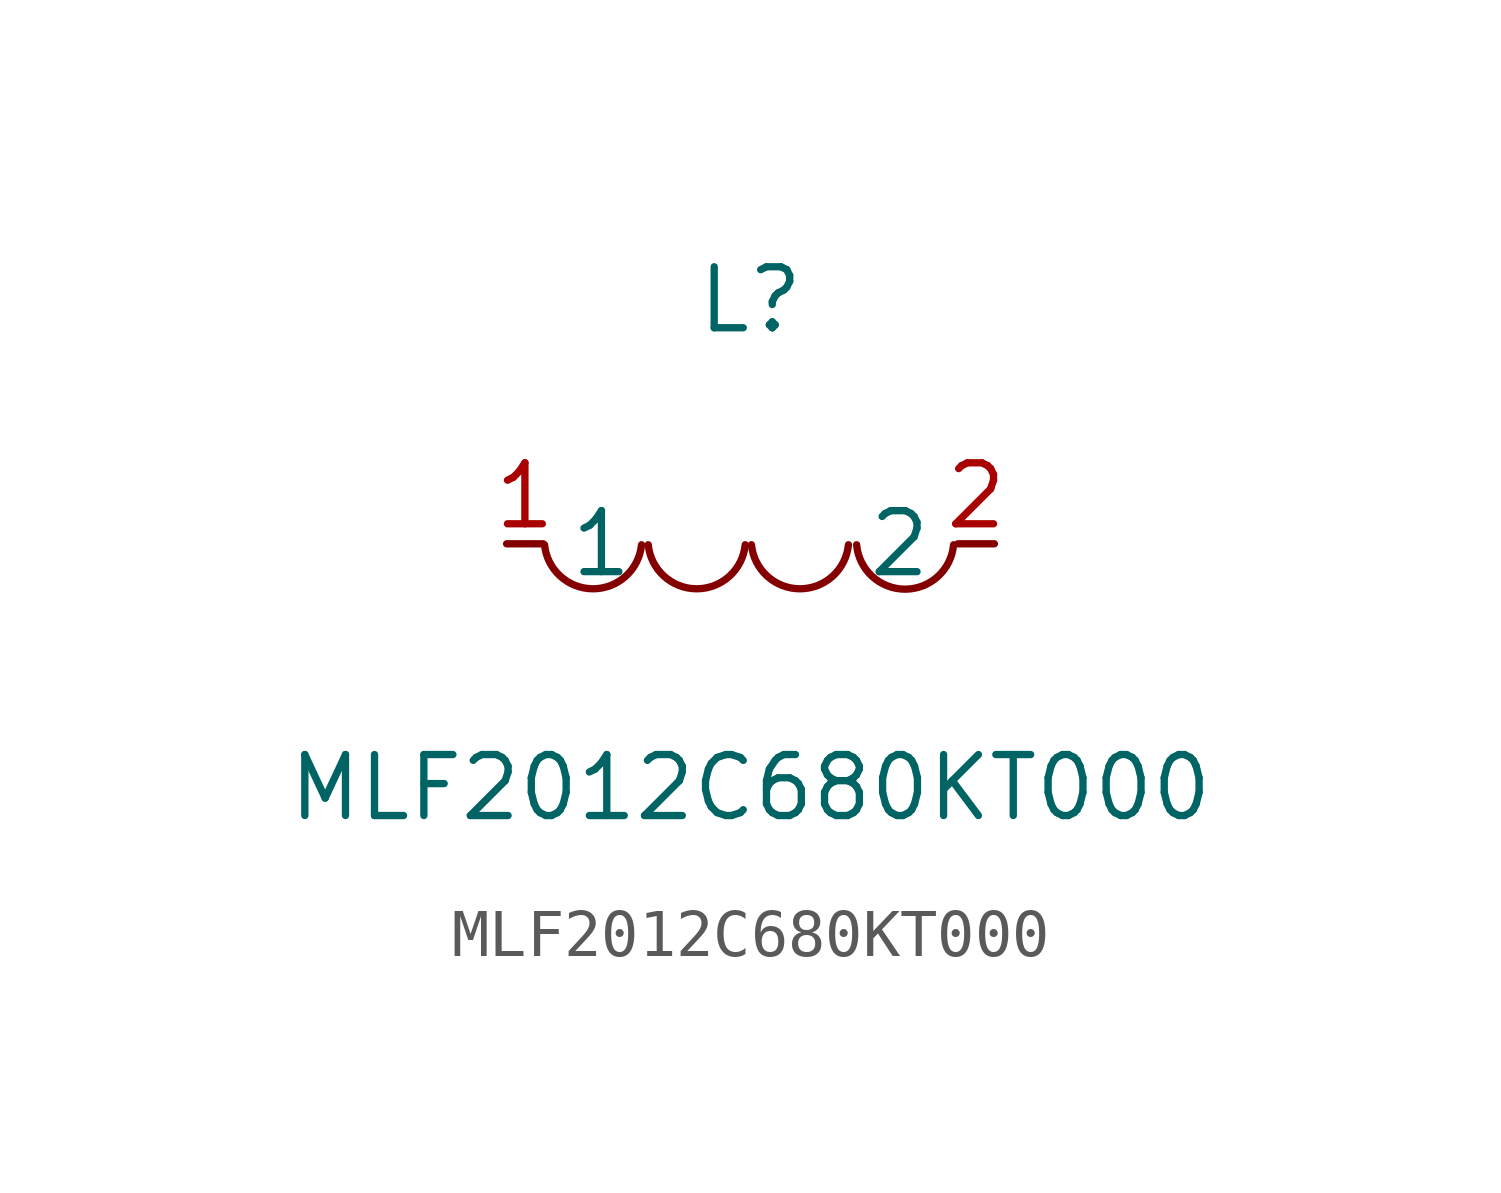
<source format=kicad_sym>
(kicad_symbol_lib
  (version 1)
  (generator "faebryk")
  (symbol "MLF2012C680KT000"
    (property "Reference" "L"
      (at 0 5.08 0)
      (effects (font (size 1.27 1.27)) (hide no)))
    (property "Value" "MLF2012C680KT000"
      (at 0 -5.08 0)
      (effects (font (size 1.27 1.27)) (hide no)))
    (symbol "MLF2012C680KT000_0_1"
      (arc (start -4.29 -0.02) (mid -2.52 -0.79) (end -2.27 -0.02) (stroke (width 0) (type default) (color 0 0 0 0)) (fill (type none)))
      (arc (start -2.13 -0.02) (mid -0.36 -0.79) (end -0.11 -0.02) (stroke (width 0) (type default) (color 0 0 0 0)) (fill (type none)))
      (arc (start 0.02 -0.02) (mid 1.79 -0.79) (end 2.04 -0.02) (stroke (width 0) (type default) (color 0 0 0 0)) (fill (type none)))
      (arc (start 2.21 -0.02) (mid 3.3 -1.12) (end 4.23 -0.02) (stroke (width 0) (type default) (color 0 0 0 0)) (fill (type none)))
      (pin unspecified line (at 5.08 0 180) (length 0.762) (name "2" (effects (font (size 1.27 1.27)) (hide no))) (number "2" (effects (font (size 1.27 1.27)) (hide no))))
      (pin unspecified line (at -5.08 0 0) (length 0.762) (name "1" (effects (font (size 1.27 1.27)) (hide no))) (number "1" (effects (font (size 1.27 1.27)) (hide no)))))))
</source>
